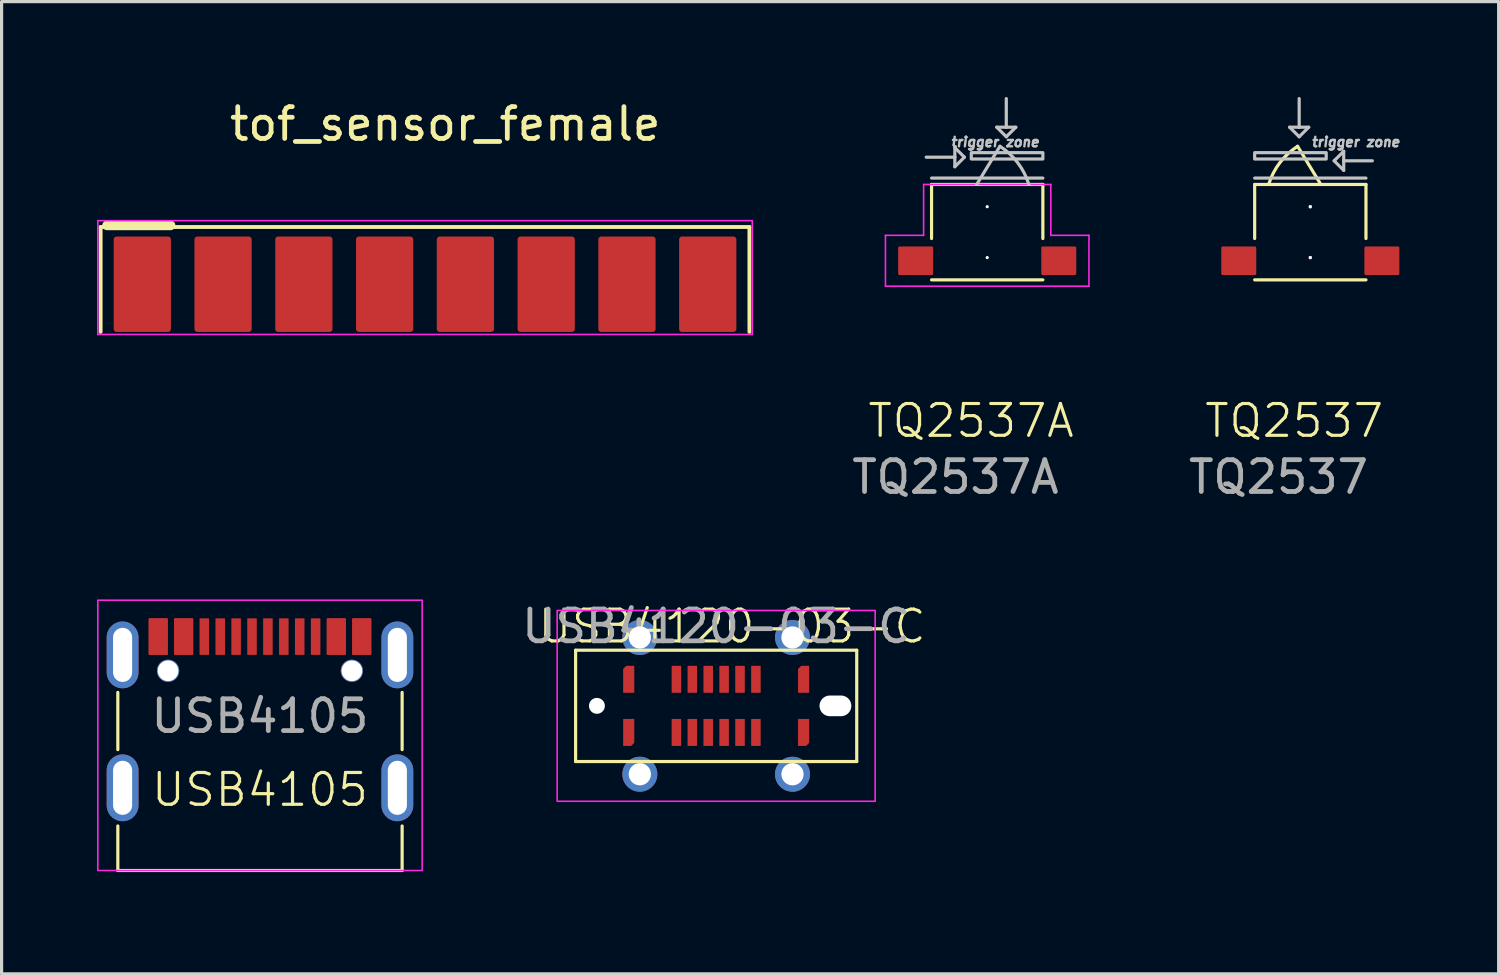
<source format=kicad_pcb>
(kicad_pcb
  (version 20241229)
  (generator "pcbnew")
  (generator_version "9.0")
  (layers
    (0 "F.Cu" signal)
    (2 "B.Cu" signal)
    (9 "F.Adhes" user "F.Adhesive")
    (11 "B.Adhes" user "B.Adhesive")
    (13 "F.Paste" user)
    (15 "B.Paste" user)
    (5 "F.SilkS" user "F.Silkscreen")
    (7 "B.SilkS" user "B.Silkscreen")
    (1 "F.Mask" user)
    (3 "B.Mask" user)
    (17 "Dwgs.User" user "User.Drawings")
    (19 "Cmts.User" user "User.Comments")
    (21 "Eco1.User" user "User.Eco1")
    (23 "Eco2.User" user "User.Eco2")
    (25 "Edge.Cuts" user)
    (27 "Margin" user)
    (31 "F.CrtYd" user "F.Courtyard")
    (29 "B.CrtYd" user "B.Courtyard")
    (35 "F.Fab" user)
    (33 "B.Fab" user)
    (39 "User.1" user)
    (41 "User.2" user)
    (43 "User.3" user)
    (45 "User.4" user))
  (footprint "USB4105"
    (layer "F.Cu")
    (at 5.125 24.323)
    (property "Reference" "USB4105" (at 0 -2.54 0) (unlocked yes) (layer "F.SilkS") (effects (font (size 1 1) (thickness 0.1))))
    (attr smd)
    (fp_line (start -4.47 -5.6) (end -4.47 -3.8) (stroke (width 0.1) (type default)) (layer "F.SilkS"))
    (fp_line (start -4.47 0) (end -4.47 -1.4) (stroke (width 0.1) (type default)) (layer "F.SilkS"))
    (fp_line (start -4.47 0) (end 4.47 0) (stroke (width 0.1) (type default)) (layer "F.SilkS"))
    (fp_line (start 4.47 -5.6) (end 4.47 -3.8) (stroke (width 0.1) (type default)) (layer "F.SilkS"))
    (fp_line (start 4.47 0) (end 4.47 -1.4) (stroke (width 0.1) (type default)) (layer "F.SilkS"))
    (fp_rect (start -5.1 -8.5) (end 5.1 0) (stroke (width 0.05) (type default)) (fill no) (layer "F.CrtYd"))
    (fp_text user "${REFERENCE}" (at 0 -4.855 0) (unlocked yes) (layer "F.Fab") (effects (font (size 1 1) (thickness 0.15))))
    (pad "" np_thru_hole circle (at -2.89 -6.28 180) (size 0.7 0.7) (drill 0.65) (layers "*.Cu" "*.Mask"))
    (pad "" np_thru_hole circle (at 2.89 -6.28 180) (size 0.7 0.7) (drill 0.65) (layers "*.Cu" "*.Mask"))
    (pad "A1" smd roundrect (at -3.2 -7.355) (size 0.6 1.15) (layers "F.Cu" "F.Mask" "F.Paste") (roundrect_rratio 0.05))
    (pad "A4" smd roundrect (at -2.4 -7.355) (size 0.6 1.15) (layers "F.Cu" "F.Mask" "F.Paste") (roundrect_rratio 0.05))
    (pad "A5" smd roundrect (at -1.25 -7.355) (size 0.3 1.15) (layers "F.Cu" "F.Mask" "F.Paste") (roundrect_rratio 0.05))
    (pad "A6" smd roundrect (at -0.25 -7.355) (size 0.3 1.15) (layers "F.Cu" "F.Mask" "F.Paste") (roundrect_rratio 0.05))
    (pad "A7" smd roundrect (at 0.25 -7.355) (size 0.3 1.15) (layers "F.Cu" "F.Mask" "F.Paste") (roundrect_rratio 0.05))
    (pad "A8" smd roundrect (at 1.25 -7.355) (size 0.3 1.15) (layers "F.Cu" "F.Mask" "F.Paste") (roundrect_rratio 0.05))
    (pad "A9" smd roundrect (at 2.4 -7.355) (size 0.6 1.15) (layers "F.Cu" "F.Mask" "F.Paste") (roundrect_rratio 0.05))
    (pad "A12" smd roundrect (at 3.2 -7.355 180) (size 0.6 1.15) (layers "F.Cu" "F.Mask" "F.Paste") (roundrect_rratio 0.05))
    (pad "B1" smd roundrect (at 3.2 -7.355 180) (size 0.6 1.15) (layers "F.Cu" "F.Mask" "F.Paste") (roundrect_rratio 0.05))
    (pad "B4" smd roundrect (at 2.4 -7.355 180) (size 0.6 1.15) (layers "F.Cu" "F.Mask" "F.Paste") (roundrect_rratio 0.05))
    (pad "B5" smd roundrect (at 1.75 -7.355) (size 0.3 1.15) (layers "F.Cu" "F.Mask" "F.Paste") (roundrect_rratio 0.05))
    (pad "B6" smd roundrect (at 0.75 -7.355) (size 0.3 1.15) (layers "F.Cu" "F.Mask" "F.Paste") (roundrect_rratio 0.05))
    (pad "B7" smd roundrect (at -0.75 -7.355) (size 0.3 1.15) (layers "F.Cu" "F.Mask" "F.Paste") (roundrect_rratio 0.05))
    (pad "B8" smd roundrect (at -1.75 -7.355) (size 0.3 1.15) (layers "F.Cu" "F.Mask" "F.Paste") (roundrect_rratio 0.05))
    (pad "B9" smd roundrect (at -2.4 -7.355) (size 0.6 1.15) (layers "F.Cu" "F.Mask" "F.Paste") (roundrect_rratio 0.05))
    (pad "B12" smd roundrect (at -3.2 -7.355) (size 0.6 1.15) (layers "F.Cu" "F.Mask" "F.Paste") (roundrect_rratio 0.05))
    (pad "SHIELD" thru_hole oval (at -4.32 -6.78 180) (size 1 2.1) (drill oval 0.6 1.7) (layers "*.Cu" "*.Mask"))
    (pad "SHIELD" thru_hole oval (at -4.32 -2.6 180) (size 1 2.1) (drill oval 0.6 1.7) (layers "*.Cu" "*.Mask"))
    (pad "SHIELD" thru_hole oval (at 4.32 -6.78 180) (size 1 2.1) (drill oval 0.6 1.7) (layers "*.Cu" "*.Mask"))
    (pad "SHIELD" thru_hole oval (at 4.32 -2.6 180) (size 1 2.1) (drill oval 0.6 1.7) (layers "*.Cu" "*.Mask")))
  (footprint "tof_sensor_female"
    (layer "F.Cu")
    (at 10.315 5.888)
    (property "Reference" "tof_sensor_female" (at 0.635 -5.04 0) (layer "F.SilkS") (effects (font (size 1 1) (thickness 0.15))))
    (attr through_hole)
    (fp_line (start -10.2 -1.8) (end -10.2 1.5) (stroke (width 0.12) (type default)) (layer "F.SilkS"))
    (fp_line (start -10.2 -1.8) (end 10.2 -1.8) (stroke (width 0.12) (type default)) (layer "F.SilkS"))
    (fp_line (start -8 -1.85) (end -10 -1.85) (stroke (width 0.3) (type default)) (layer "F.SilkS"))
    (fp_line (start 10.2 -1.8) (end 10.2 1.5) (stroke (width 0.12) (type default)) (layer "F.SilkS"))
    (fp_line (start -10.29 -2) (end 10.29 -2) (stroke (width 0.05) (type default)) (layer "F.CrtYd"))
    (fp_line (start -10.29 1.58) (end -10.29 -2) (stroke (width 0.05) (type default)) (layer "F.CrtYd"))
    (fp_line (start 10.29 -2) (end 10.29 1.58) (stroke (width 0.05) (type default)) (layer "F.CrtYd"))
    (fp_line (start 10.29 1.58) (end -10.29 1.58) (stroke (width 0.05) (type default)) (layer "F.CrtYd"))
    (pad "1" smd roundrect (at -8.89 0) (size 1.8 3) (layers "F.Cu" "F.Mask" "F.Paste") (roundrect_rratio 0.05))
    (pad "2" smd roundrect (at -6.35 0) (size 1.8 3) (layers "F.Cu" "F.Mask" "F.Paste") (roundrect_rratio 0.05))
    (pad "3" smd roundrect (at -3.81 0) (size 1.8 3) (layers "F.Cu" "F.Mask" "F.Paste") (roundrect_rratio 0.05))
    (pad "4" smd roundrect (at -1.27 0) (size 1.8 3) (layers "F.Cu" "F.Mask" "F.Paste") (roundrect_rratio 0.05))
    (pad "5" smd roundrect (at 1.27 0) (size 1.8 3) (layers "F.Cu" "F.Mask" "F.Paste") (roundrect_rratio 0.05))
    (pad "6" smd roundrect (at 3.81 0) (size 1.8 3) (layers "F.Cu" "F.Mask" "F.Paste") (roundrect_rratio 0.05))
    (pad "7" smd roundrect (at 6.35 0) (size 1.8 3) (layers "F.Cu" "F.Mask" "F.Paste") (roundrect_rratio 0.05))
    (pad "8" smd roundrect (at 8.89 0) (size 1.8 3) (layers "F.Cu" "F.Mask" "F.Paste") (roundrect_rratio 0.05)))
  (footprint "TQ2537A"
    (layer "F.Cu")
    (at 27.993 3.45)
    (property "Reference" "TQ2537A" (at -0.508 6.731 0) (unlocked yes) (layer "F.SilkS") (effects (font (size 1 1) (thickness 0.1))))
    (attr smd)
    (fp_line (start -1.75 -0.7) (end -1.75 1) (stroke (width 0.1) (type default)) (layer "F.SilkS"))
    (fp_line (start 1.75 -0.7) (end -1.75 -0.7) (stroke (width 0.1) (type default)) (layer "F.SilkS"))
    (fp_line (start 1.75 -0.7) (end 1.75 1) (stroke (width 0.1) (type default)) (layer "F.SilkS"))
    (fp_line (start 1.75 2.3) (end -1.75 2.3) (stroke (width 0.1) (type default)) (layer "F.SilkS"))
    (fp_line (start -1.918 -1.557) (end -1.018 -1.557) (stroke (width 0.1) (type default)) (layer "Dwgs.User"))
    (fp_line (start -1.75 -0.9) (end 1.75 -0.9) (stroke (width 0.1) (type default)) (layer "Dwgs.User"))
    (fp_line (start -1.018 -1.857) (end -1.018 -1.557) (stroke (width 0.1) (type default)) (layer "Dwgs.User"))
    (fp_line (start -1.018 -1.557) (end -1.018 -1.257) (stroke (width 0.1) (type default)) (layer "Dwgs.User"))
    (fp_line (start -1.018 -1.257) (end -0.718 -1.557) (stroke (width 0.1) (type default)) (layer "Dwgs.User"))
    (fp_line (start -0.718 -1.557) (end -1.018 -1.857) (stroke (width 0.1) (type default)) (layer "Dwgs.User"))
    (fp_line (start -0.33 -0.7) (end 0.4 -1.9) (stroke (width 0.1) (type default)) (layer "Dwgs.User"))
    (fp_line (start 0.3 -2.5) (end 0.6 -2.2) (stroke (width 0.1) (type default)) (layer "Dwgs.User"))
    (fp_line (start 0.6 -3.4) (end 0.6 -2.5) (stroke (width 0.1) (type default)) (layer "Dwgs.User"))
    (fp_line (start 0.6 -2.5) (end 0.3 -2.5) (stroke (width 0.1) (type default)) (layer "Dwgs.User"))
    (fp_line (start 0.6 -2.2) (end 0.9 -2.5) (stroke (width 0.1) (type default)) (layer "Dwgs.User"))
    (fp_line (start 0.9 -2.5) (end 0.6 -2.5) (stroke (width 0.1) (type default)) (layer "Dwgs.User"))
    (fp_rect (start -0.5 -1.5) (end 1.75 -1.7) (stroke (width 0.1) (type solid)) (fill no) (layer "Dwgs.User"))
    (fp_arc (start 0.4 -1.9) (mid 0.960796 -1.380229) (end 1.31 -0.7) (stroke (width 0.1) (type default)) (layer "Dwgs.User"))
    (fp_line (start -3.2 0.9) (end -2 0.9) (stroke (width 0.05) (type default)) (layer "F.CrtYd"))
    (fp_line (start -3.2 2.5) (end -3.2 0.9) (stroke (width 0.05) (type default)) (layer "F.CrtYd"))
    (fp_line (start -3.2 2.5) (end 3.2 2.5) (stroke (width 0.05) (type default)) (layer "F.CrtYd"))
    (fp_line (start -2 -0.7) (end 2 -0.7) (stroke (width 0.05) (type default)) (layer "F.CrtYd"))
    (fp_line (start -2 0.9) (end -2 -0.7) (stroke (width 0.05) (type default)) (layer "F.CrtYd"))
    (fp_line (start 2 -0.7) (end 2 0.9) (stroke (width 0.05) (type default)) (layer "F.CrtYd"))
    (fp_line (start 2 0.9) (end 3.2 0.9) (stroke (width 0.05) (type default)) (layer "F.CrtYd"))
    (fp_line (start 3.2 0.9) (end 3.2 2.5) (stroke (width 0.05) (type default)) (layer "F.CrtYd"))
    (fp_text user "trigger zone" (at -1.179 -1.859 0) (unlocked yes) (layer "Dwgs.User") (effects (font (size 0.3 0.3) (thickness 0.075) (bold yes) (italic yes)) (justify left bottom)))
    (fp_text user "${REFERENCE}" (at -1 8.5 0) (unlocked yes) (layer "F.Fab") (effects (font (size 1 1) (thickness 0.15))))
    (pad "" np_thru_hole circle (at 0 0) (size 0.1 0.1) (drill 0.7) (layers "*.Cu" "*.Mask"))
    (pad "" np_thru_hole circle (at 0 1.6) (size 0.1 0.1) (drill 0.7) (layers "*.Cu" "*.Mask"))
    (pad "1" smd roundrect (at -2.25 1.7) (size 1.1 0.9) (layers "F.Cu" "F.Mask" "F.Paste") (roundrect_rratio 0.05))
    (pad "2" smd roundrect (at 2.25 1.7) (size 1.1 0.9) (layers "F.Cu" "F.Mask" "F.Paste") (roundrect_rratio 0.05)))
  (footprint "USB4120-03-C"
    (layer "F.Cu")
    (at 19.47 19.146)
    (property "Reference" "USB4120-03-C" (at 0.5 -2.5 0) (unlocked yes) (layer "F.SilkS") (effects (font (size 1 1) (thickness 0.1))))
    (attr smd)
    (fp_line (start -4.42 -1.75) (end 4.42 -1.75) (stroke (width 0.1) (type default)) (layer "F.SilkS"))
    (fp_line (start -4.42 1.75) (end -4.42 -1.75) (stroke (width 0.1) (type default)) (layer "F.SilkS"))
    (fp_line (start -4.42 1.75) (end 4.42 1.75) (stroke (width 0.1) (type default)) (layer "F.SilkS"))
    (fp_line (start 4.42 -1.75) (end 4.42 1.75) (stroke (width 0.1) (type default)) (layer "F.SilkS"))
    (fp_rect (start -5 -3) (end 5 3) (stroke (width 0.05) (type default)) (fill no) (layer "F.CrtYd"))
    (fp_text user "${REFERENCE}" (at 0 -2.5 0) (unlocked yes) (layer "F.Fab") (effects (font (size 1 1) (thickness 0.15))))
    (pad "" np_thru_hole circle (at -3.75 0 180) (size 0.5 0.5) (drill 0.65) (layers "*.Cu" "*.Mask"))
    (pad "" np_thru_hole oval (at 3.75 0 90) (size 0.65 1) (drill oval 0.65 1) (layers "*.Cu" "*.Mask"))
    (pad "A1" smd roundrect (at -2.75 -0.835) (size 0.35 0.85) (layers "F.Cu" "F.Mask" "F.Paste") (roundrect_rratio 0) (chamfer_ratio 0.28) (chamfer top_left))
    (pad "A4" smd roundrect (at -1.25 -0.835) (size 0.3 0.85) (layers "F.Cu" "F.Mask" "F.Paste") (roundrect_rratio 0.05))
    (pad "A5" smd roundrect (at -0.75 -0.835) (size 0.3 0.85) (layers "F.Cu" "F.Mask" "F.Paste") (roundrect_rratio 0.05))
    (pad "A6" smd roundrect (at -0.25 -0.835) (size 0.3 0.85) (layers "F.Cu" "F.Mask" "F.Paste") (roundrect_rratio 0.05))
    (pad "A7" smd roundrect (at 0.25 -0.835) (size 0.3 0.85) (layers "F.Cu" "F.Mask" "F.Paste") (roundrect_rratio 0.05))
    (pad "A8" smd roundrect (at 0.75 -0.835) (size 0.3 0.85) (layers "F.Cu" "F.Mask" "F.Paste") (roundrect_rratio 0.05))
    (pad "A9" smd roundrect (at 1.25 -0.835) (size 0.3 0.85) (layers "F.Cu" "F.Mask" "F.Paste") (roundrect_rratio 0.05))
    (pad "A12" smd roundrect (at 2.75 -0.835) (size 0.35 0.85) (layers "F.Cu" "F.Mask" "F.Paste") (roundrect_rratio 0) (chamfer_ratio 0.28) (chamfer top_left))
    (pad "B1" smd roundrect (at 2.75 0.835) (size 0.35 0.85) (layers "F.Cu" "F.Mask" "F.Paste") (roundrect_rratio 0) (chamfer_ratio 0.28) (chamfer bottom_right))
    (pad "B4" smd roundrect (at 1.25 0.835) (size 0.3 0.85) (layers "F.Cu" "F.Mask" "F.Paste") (roundrect_rratio 0.05))
    (pad "B5" smd roundrect (at 0.75 0.835) (size 0.3 0.85) (layers "F.Cu" "F.Mask" "F.Paste") (roundrect_rratio 0.05))
    (pad "B6" smd roundrect (at 0.25 0.835) (size 0.3 0.85) (layers "F.Cu" "F.Mask" "F.Paste") (roundrect_rratio 0.05))
    (pad "B7" smd roundrect (at -0.25 0.835) (size 0.3 0.85) (layers "F.Cu" "F.Mask" "F.Paste") (roundrect_rratio 0.05))
    (pad "B8" smd roundrect (at -0.75 0.835) (size 0.3 0.85) (layers "F.Cu" "F.Mask" "F.Paste") (roundrect_rratio 0.05))
    (pad "B9" smd roundrect (at -1.25 0.835) (size 0.3 0.85) (layers "F.Cu" "F.Mask" "F.Paste") (roundrect_rratio 0.05))
    (pad "B12" smd roundrect (at -2.75 0.835) (size 0.35 0.85) (layers "F.Cu" "F.Mask" "F.Paste") (roundrect_rratio 0) (chamfer_ratio 0.28) (chamfer bottom_right))
    (pad "SHIELD" thru_hole circle (at -2.4 -2.15) (size 1.1 1.1) (drill 0.7) (layers "*.Cu" "*.Mask"))
    (pad "SHIELD" thru_hole circle (at -2.4 2.15) (size 1.1 1.1) (drill 0.7) (layers "*.Cu" "*.Mask"))
    (pad "SHIELD" thru_hole circle (at 2.4 -2.15) (size 1.1 1.1) (drill 0.7) (layers "*.Cu" "*.Mask"))
    (pad "SHIELD" thru_hole circle (at 2.4 2.15) (size 1.1 1.1) (drill 0.7) (layers "*.Cu" "*.Mask")))
  (footprint "TQ2537"
    (layer "F.Cu")
    (at 38.153 3.45)
    (property "Reference" "TQ2537" (at -0.508 6.731 0) (unlocked yes) (layer "F.SilkS") (effects (font (size 1 1) (thickness 0.1))))
    (attr smd)
    (fp_line (start -1.75 -0.7) (end -1.75 1) (stroke (width 0.1) (type default)) (layer "F.SilkS"))
    (fp_line (start 0.33 -0.7) (end -0.4 -1.9) (stroke (width 0.1) (type default)) (layer "F.SilkS"))
    (fp_line (start 1.75 -0.7) (end -1.75 -0.7) (stroke (width 0.1) (type default)) (layer "F.SilkS"))
    (fp_line (start 1.75 -0.7) (end 1.75 1) (stroke (width 0.1) (type default)) (layer "F.SilkS"))
    (fp_line (start 1.75 2.3) (end -1.75 2.3) (stroke (width 0.1) (type default)) (layer "F.SilkS"))
    (fp_arc (start -1.31 -0.7) (mid -0.960797 -1.380229) (end -0.4 -1.9) (stroke (width 0.1) (type default)) (layer "F.SilkS"))
    (fp_line (start -1.75 -0.9) (end 1.75 -0.9) (stroke (width 0.1) (type default)) (layer "Dwgs.User"))
    (fp_line (start -0.65 -2.5) (end -0.35 -2.2) (stroke (width 0.1) (type default)) (layer "Dwgs.User"))
    (fp_line (start -0.35 -3.4) (end -0.35 -2.5) (stroke (width 0.1) (type default)) (layer "Dwgs.User"))
    (fp_line (start -0.35 -2.5) (end -0.65 -2.5) (stroke (width 0.1) (type default)) (layer "Dwgs.User"))
    (fp_line (start -0.35 -2.2) (end -0.05 -2.5) (stroke (width 0.1) (type default)) (layer "Dwgs.User"))
    (fp_line (start -0.05 -2.5) (end -0.35 -2.5) (stroke (width 0.1) (type default)) (layer "Dwgs.User"))
    (fp_line (start 0.75 -1.443) (end 1.05 -1.143) (stroke (width 0.1) (type default)) (layer "Dwgs.User"))
    (fp_line (start 1.05 -1.743) (end 0.75 -1.443) (stroke (width 0.1) (type default)) (layer "Dwgs.User"))
    (fp_line (start 1.05 -1.443) (end 1.05 -1.743) (stroke (width 0.1) (type default)) (layer "Dwgs.User"))
    (fp_line (start 1.05 -1.143) (end 1.05 -1.443) (stroke (width 0.1) (type default)) (layer "Dwgs.User"))
    (fp_line (start 1.95 -1.443) (end 1.05 -1.443) (stroke (width 0.1) (type default)) (layer "Dwgs.User"))
    (fp_rect (start 0.5 -1.5) (end -1.75 -1.7) (stroke (width 0.1) (type solid)) (fill no) (layer "Dwgs.User"))
    (fp_text user "trigger zone" (at 0 -1.859 0) (unlocked yes) (layer "Dwgs.User") (effects (font (size 0.3 0.3) (thickness 0.075) (bold yes) (italic yes)) (justify left bottom)))
    (fp_text user "${REFERENCE}" (at -1 8.5 0) (unlocked yes) (layer "F.Fab") (effects (font (size 1 1) (thickness 0.15))))
    (pad "" np_thru_hole roundrect (at 0 0) (size 0.1 0.1) (drill 0.7) (layers "*.Cu" "*.Mask") (roundrect_rratio 0.25))
    (pad "" np_thru_hole roundrect (at 0 1.6) (size 0.1 0.1) (drill 0.7) (layers "*.Cu" "*.Mask") (roundrect_rratio 0.25))
    (pad "1" smd roundrect (at -2.25 1.7) (size 1.1 0.9) (layers "F.Cu" "F.Mask" "F.Paste") (roundrect_rratio 0.05))
    (pad "2" smd roundrect (at 2.25 1.7) (size 1.1 0.9) (layers "F.Cu" "F.Mask" "F.Paste") (roundrect_rratio 0.05)))
  (gr_rect
    (start -3 -3)
    (end 44.075 27.573)
    (stroke (width 0.1) (type default))
    (fill no)
    (layer "Edge.Cuts")))
</source>
